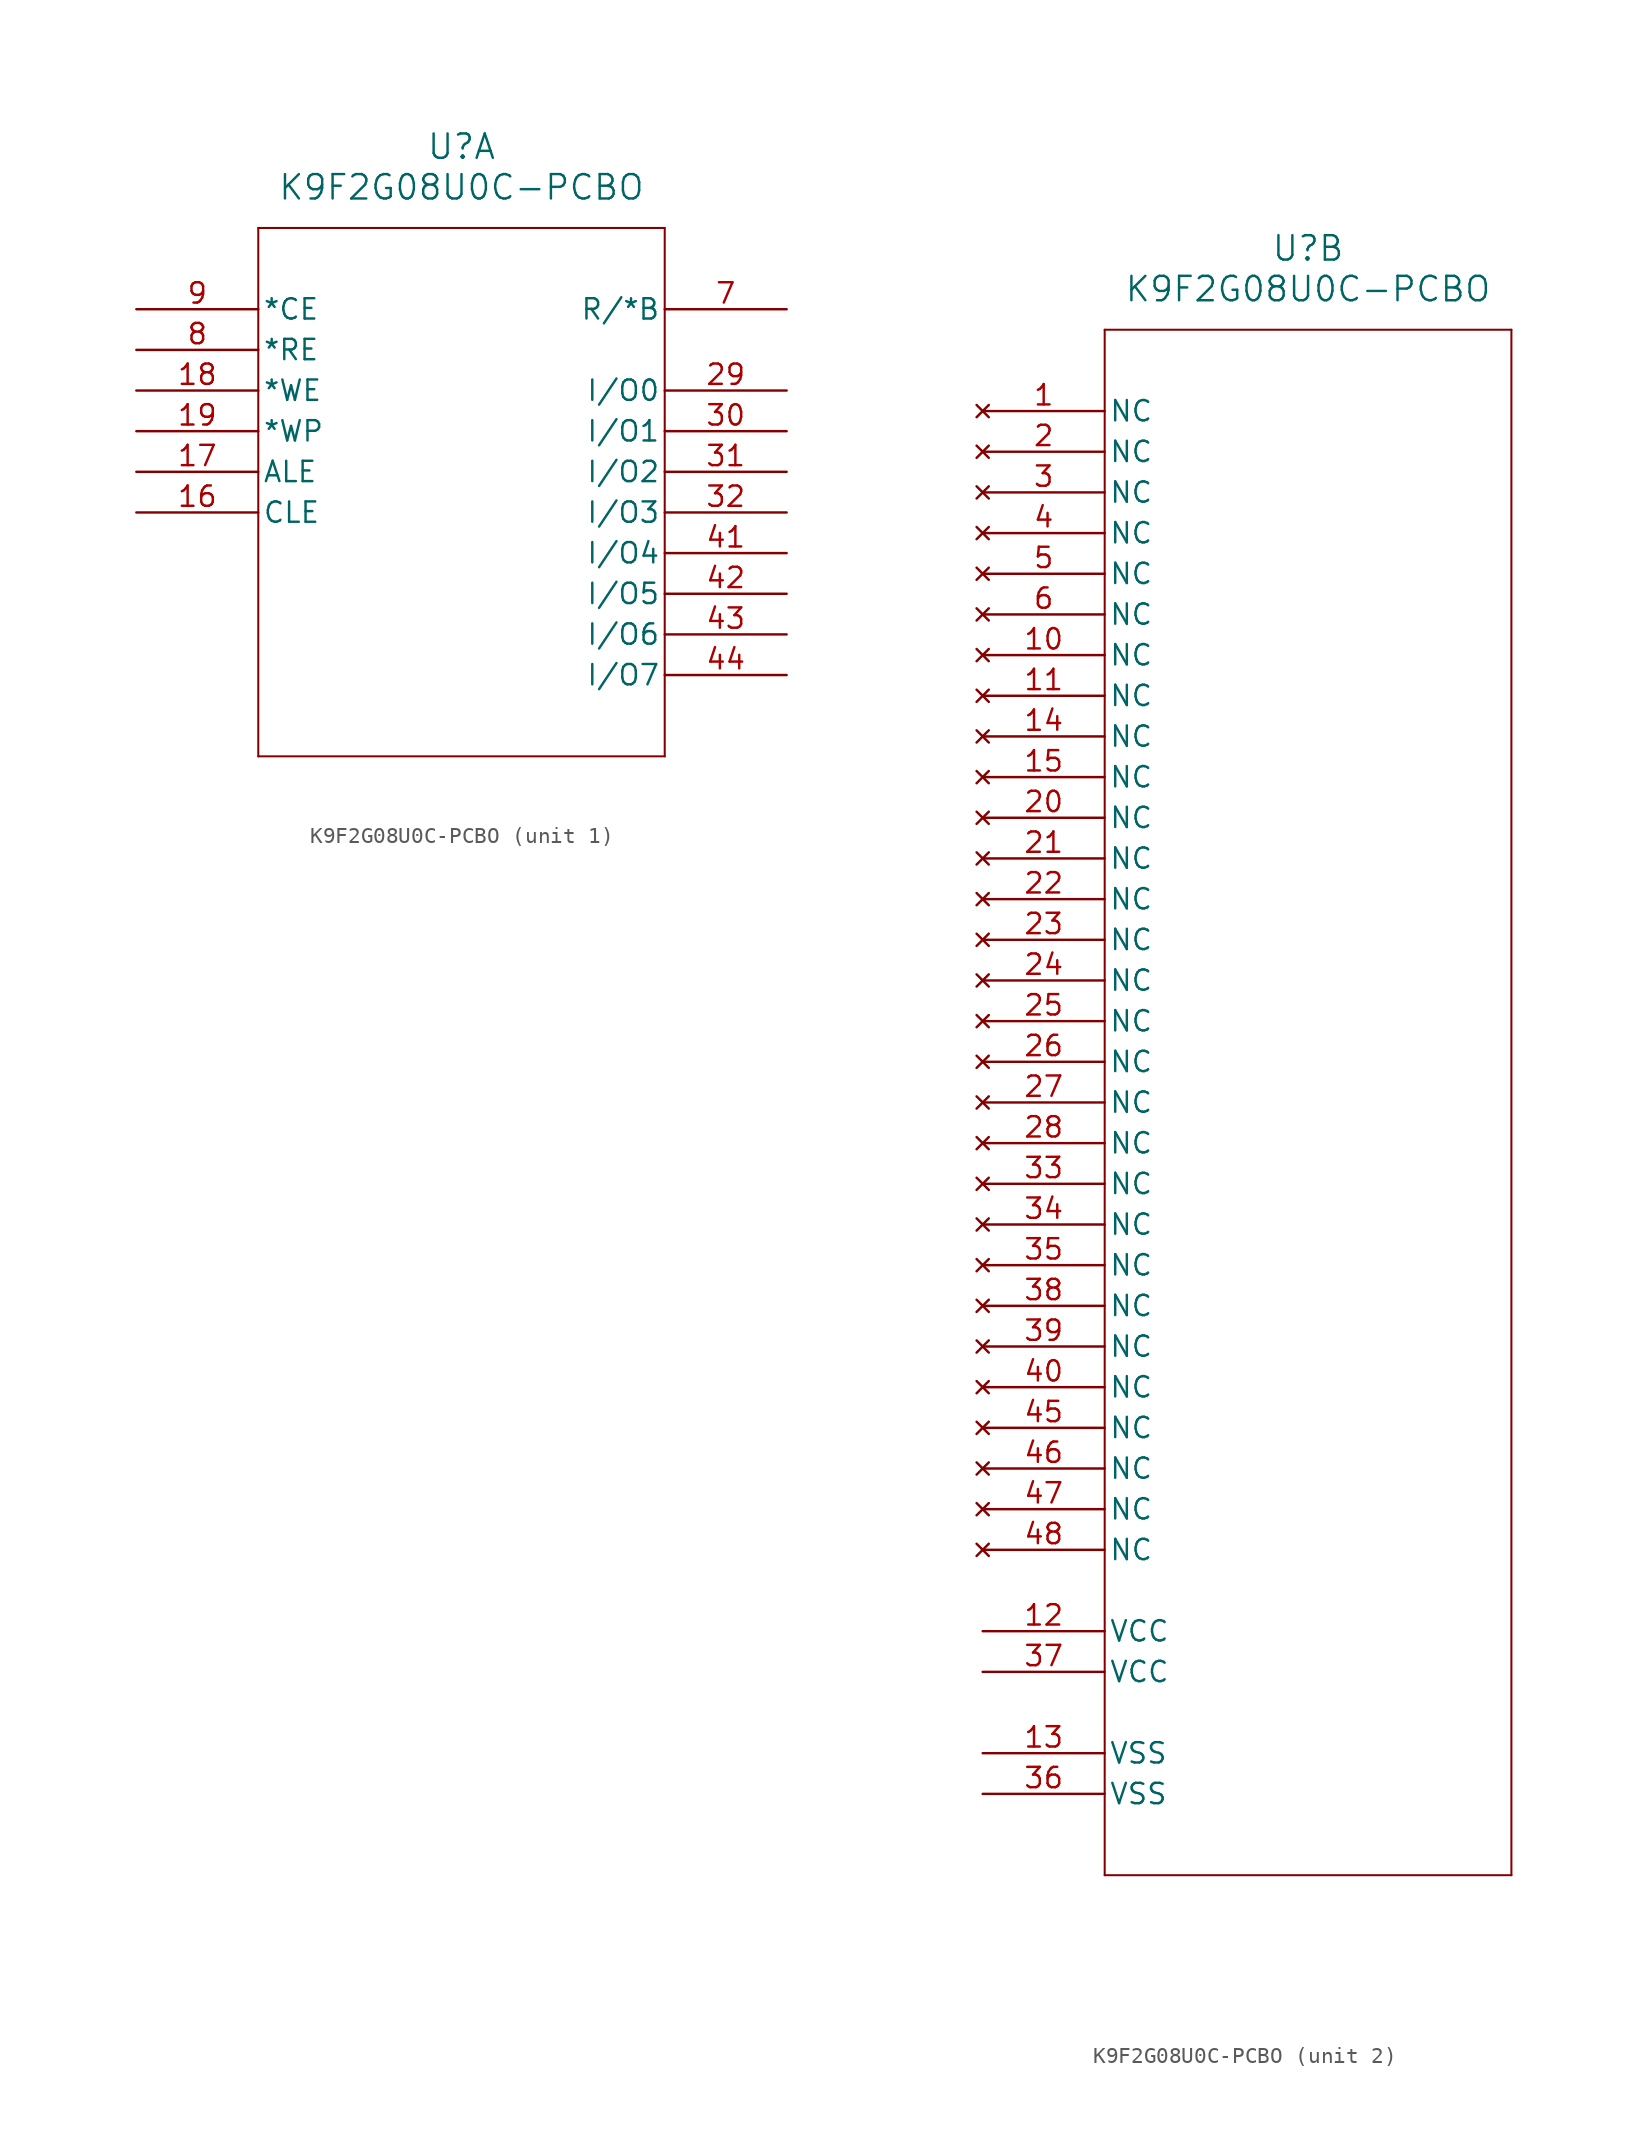
<source format=kicad_sym>
(kicad_symbol_lib
  (version 20211014)
  (generator kicad_symbol_editor)
  (symbol "K9F2G08U0C-PCBO"
    (pin_names
      (offset 0.254))
    (property "Reference" "U"
      (at 20.32 10.16 0)
      (effects (font (size 1.524 1.524))))
    (property "Value" "K9F2G08U0C-PCBO"
      (at 20.32 7.62 0)
      (effects (font (size 1.524 1.524))))
    (symbol "K9F2G08U0C-PCBO_1_1"
      (polyline (pts (xy 7.62 5.08) (xy 7.62 -27.94)) (stroke (width 0.127) (type default) (color 0 0 0 0)) (fill (type none)))
      (polyline (pts (xy 7.62 -27.94) (xy 33.02 -27.94)) (stroke (width 0.127) (type default) (color 0 0 0 0)) (fill (type none)))
      (polyline (pts (xy 33.02 -27.94) (xy 33.02 5.08)) (stroke (width 0.127) (type default) (color 0 0 0 0)) (fill (type none)))
      (polyline (pts (xy 33.02 5.08) (xy 7.62 5.08)) (stroke (width 0.127) (type default) (color 0 0 0 0)) (fill (type none)))
      (pin output line (at 40.64 0 180) (length 7.62) (name "R/*B" (effects (font (size 1.27 1.27)))) (number "7" (effects (font (size 1.27 1.27)))))
      (pin input line (at 0 -2.54 0) (length 7.62) (name "*RE" (effects (font (size 1.27 1.27)))) (number "8" (effects (font (size 1.27 1.27)))))
      (pin input line (at 0 0 0) (length 7.62) (name "*CE" (effects (font (size 1.27 1.27)))) (number "9" (effects (font (size 1.27 1.27)))))
      (pin input line (at 0 -12.7 0) (length 7.62) (name "CLE" (effects (font (size 1.27 1.27)))) (number "16" (effects (font (size 1.27 1.27)))))
      (pin input line (at 0 -10.16 0) (length 7.62) (name "ALE" (effects (font (size 1.27 1.27)))) (number "17" (effects (font (size 1.27 1.27)))))
      (pin input line (at 0 -5.08 0) (length 7.62) (name "*WE" (effects (font (size 1.27 1.27)))) (number "18" (effects (font (size 1.27 1.27)))))
      (pin input line (at 0 -7.62 0) (length 7.62) (name "*WP" (effects (font (size 1.27 1.27)))) (number "19" (effects (font (size 1.27 1.27)))))
      (pin bidirectional line (at 40.64 -5.08 180) (length 7.62) (name "I/O0" (effects (font (size 1.27 1.27)))) (number "29" (effects (font (size 1.27 1.27)))))
      (pin bidirectional line (at 40.64 -7.62 180) (length 7.62) (name "I/O1" (effects (font (size 1.27 1.27)))) (number "30" (effects (font (size 1.27 1.27)))))
      (pin bidirectional line (at 40.64 -10.16 180) (length 7.62) (name "I/O2" (effects (font (size 1.27 1.27)))) (number "31" (effects (font (size 1.27 1.27)))))
      (pin bidirectional line (at 40.64 -12.7 180) (length 7.62) (name "I/O3" (effects (font (size 1.27 1.27)))) (number "32" (effects (font (size 1.27 1.27)))))
      (pin bidirectional line (at 40.64 -15.24 180) (length 7.62) (name "I/O4" (effects (font (size 1.27 1.27)))) (number "41" (effects (font (size 1.27 1.27)))))
      (pin bidirectional line (at 40.64 -17.78 180) (length 7.62) (name "I/O5" (effects (font (size 1.27 1.27)))) (number "42" (effects (font (size 1.27 1.27)))))
      (pin bidirectional line (at 40.64 -20.32 180) (length 7.62) (name "I/O6" (effects (font (size 1.27 1.27)))) (number "43" (effects (font (size 1.27 1.27)))))
      (pin bidirectional line (at 40.64 -22.86 180) (length 7.62) (name "I/O7" (effects (font (size 1.27 1.27)))) (number "44" (effects (font (size 1.27 1.27))))))
    (symbol "K9F2G08U0C-PCBO_2_1"
      (polyline (pts (xy 7.62 5.08) (xy 7.62 -91.44)) (stroke (width 0.127) (type default) (color 0 0 0 0)) (fill (type none)))
      (polyline (pts (xy 7.62 -91.44) (xy 33.02 -91.44)) (stroke (width 0.127) (type default) (color 0 0 0 0)) (fill (type none)))
      (polyline (pts (xy 33.02 -91.44) (xy 33.02 5.08)) (stroke (width 0.127) (type default) (color 0 0 0 0)) (fill (type none)))
      (polyline (pts (xy 33.02 5.08) (xy 7.62 5.08)) (stroke (width 0.127) (type default) (color 0 0 0 0)) (fill (type none)))
      (pin no_connect line (at 0 0 0) (length 7.62) (name "NC" (effects (font (size 1.27 1.27)))) (number "1" (effects (font (size 1.27 1.27)))))
      (pin no_connect line (at 0 -2.54 0) (length 7.62) (name "NC" (effects (font (size 1.27 1.27)))) (number "2" (effects (font (size 1.27 1.27)))))
      (pin no_connect line (at 0 -5.08 0) (length 7.62) (name "NC" (effects (font (size 1.27 1.27)))) (number "3" (effects (font (size 1.27 1.27)))))
      (pin no_connect line (at 0 -7.62 0) (length 7.62) (name "NC" (effects (font (size 1.27 1.27)))) (number "4" (effects (font (size 1.27 1.27)))))
      (pin no_connect line (at 0 -10.16 0) (length 7.62) (name "NC" (effects (font (size 1.27 1.27)))) (number "5" (effects (font (size 1.27 1.27)))))
      (pin no_connect line (at 0 -12.7 0) (length 7.62) (name "NC" (effects (font (size 1.27 1.27)))) (number "6" (effects (font (size 1.27 1.27)))))
      (pin no_connect line (at 0 -15.24 0) (length 7.62) (name "NC" (effects (font (size 1.27 1.27)))) (number "10" (effects (font (size 1.27 1.27)))))
      (pin no_connect line (at 0 -17.78 0) (length 7.62) (name "NC" (effects (font (size 1.27 1.27)))) (number "11" (effects (font (size 1.27 1.27)))))
      (pin power_in line (at 0 -76.2 0) (length 7.62) (name "VCC" (effects (font (size 1.27 1.27)))) (number "12" (effects (font (size 1.27 1.27)))))
      (pin power_out line (at 0 -83.82 0) (length 7.62) (name "VSS" (effects (font (size 1.27 1.27)))) (number "13" (effects (font (size 1.27 1.27)))))
      (pin no_connect line (at 0 -20.32 0) (length 7.62) (name "NC" (effects (font (size 1.27 1.27)))) (number "14" (effects (font (size 1.27 1.27)))))
      (pin no_connect line (at 0 -22.86 0) (length 7.62) (name "NC" (effects (font (size 1.27 1.27)))) (number "15" (effects (font (size 1.27 1.27)))))
      (pin no_connect line (at 0 -25.4 0) (length 7.62) (name "NC" (effects (font (size 1.27 1.27)))) (number "20" (effects (font (size 1.27 1.27)))))
      (pin no_connect line (at 0 -27.94 0) (length 7.62) (name "NC" (effects (font (size 1.27 1.27)))) (number "21" (effects (font (size 1.27 1.27)))))
      (pin no_connect line (at 0 -30.48 0) (length 7.62) (name "NC" (effects (font (size 1.27 1.27)))) (number "22" (effects (font (size 1.27 1.27)))))
      (pin no_connect line (at 0 -33.02 0) (length 7.62) (name "NC" (effects (font (size 1.27 1.27)))) (number "23" (effects (font (size 1.27 1.27)))))
      (pin no_connect line (at 0 -35.56 0) (length 7.62) (name "NC" (effects (font (size 1.27 1.27)))) (number "24" (effects (font (size 1.27 1.27)))))
      (pin no_connect line (at 0 -38.1 0) (length 7.62) (name "NC" (effects (font (size 1.27 1.27)))) (number "25" (effects (font (size 1.27 1.27)))))
      (pin no_connect line (at 0 -40.64 0) (length 7.62) (name "NC" (effects (font (size 1.27 1.27)))) (number "26" (effects (font (size 1.27 1.27)))))
      (pin no_connect line (at 0 -43.18 0) (length 7.62) (name "NC" (effects (font (size 1.27 1.27)))) (number "27" (effects (font (size 1.27 1.27)))))
      (pin no_connect line (at 0 -45.72 0) (length 7.62) (name "NC" (effects (font (size 1.27 1.27)))) (number "28" (effects (font (size 1.27 1.27)))))
      (pin no_connect line (at 0 -48.26 0) (length 7.62) (name "NC" (effects (font (size 1.27 1.27)))) (number "33" (effects (font (size 1.27 1.27)))))
      (pin no_connect line (at 0 -50.8 0) (length 7.62) (name "NC" (effects (font (size 1.27 1.27)))) (number "34" (effects (font (size 1.27 1.27)))))
      (pin no_connect line (at 0 -53.34 0) (length 7.62) (name "NC" (effects (font (size 1.27 1.27)))) (number "35" (effects (font (size 1.27 1.27)))))
      (pin power_out line (at 0 -86.36 0) (length 7.62) (name "VSS" (effects (font (size 1.27 1.27)))) (number "36" (effects (font (size 1.27 1.27)))))
      (pin power_in line (at 0 -78.74 0) (length 7.62) (name "VCC" (effects (font (size 1.27 1.27)))) (number "37" (effects (font (size 1.27 1.27)))))
      (pin no_connect line (at 0 -55.88 0) (length 7.62) (name "NC" (effects (font (size 1.27 1.27)))) (number "38" (effects (font (size 1.27 1.27)))))
      (pin no_connect line (at 0 -58.42 0) (length 7.62) (name "NC" (effects (font (size 1.27 1.27)))) (number "39" (effects (font (size 1.27 1.27)))))
      (pin no_connect line (at 0 -60.96 0) (length 7.62) (name "NC" (effects (font (size 1.27 1.27)))) (number "40" (effects (font (size 1.27 1.27)))))
      (pin no_connect line (at 0 -63.5 0) (length 7.62) (name "NC" (effects (font (size 1.27 1.27)))) (number "45" (effects (font (size 1.27 1.27)))))
      (pin no_connect line (at 0 -66.04 0) (length 7.62) (name "NC" (effects (font (size 1.27 1.27)))) (number "46" (effects (font (size 1.27 1.27)))))
      (pin no_connect line (at 0 -68.58 0) (length 7.62) (name "NC" (effects (font (size 1.27 1.27)))) (number "47" (effects (font (size 1.27 1.27)))))
      (pin no_connect line (at 0 -71.12 0) (length 7.62) (name "NC" (effects (font (size 1.27 1.27)))) (number "48" (effects (font (size 1.27 1.27))))))))
</source>
